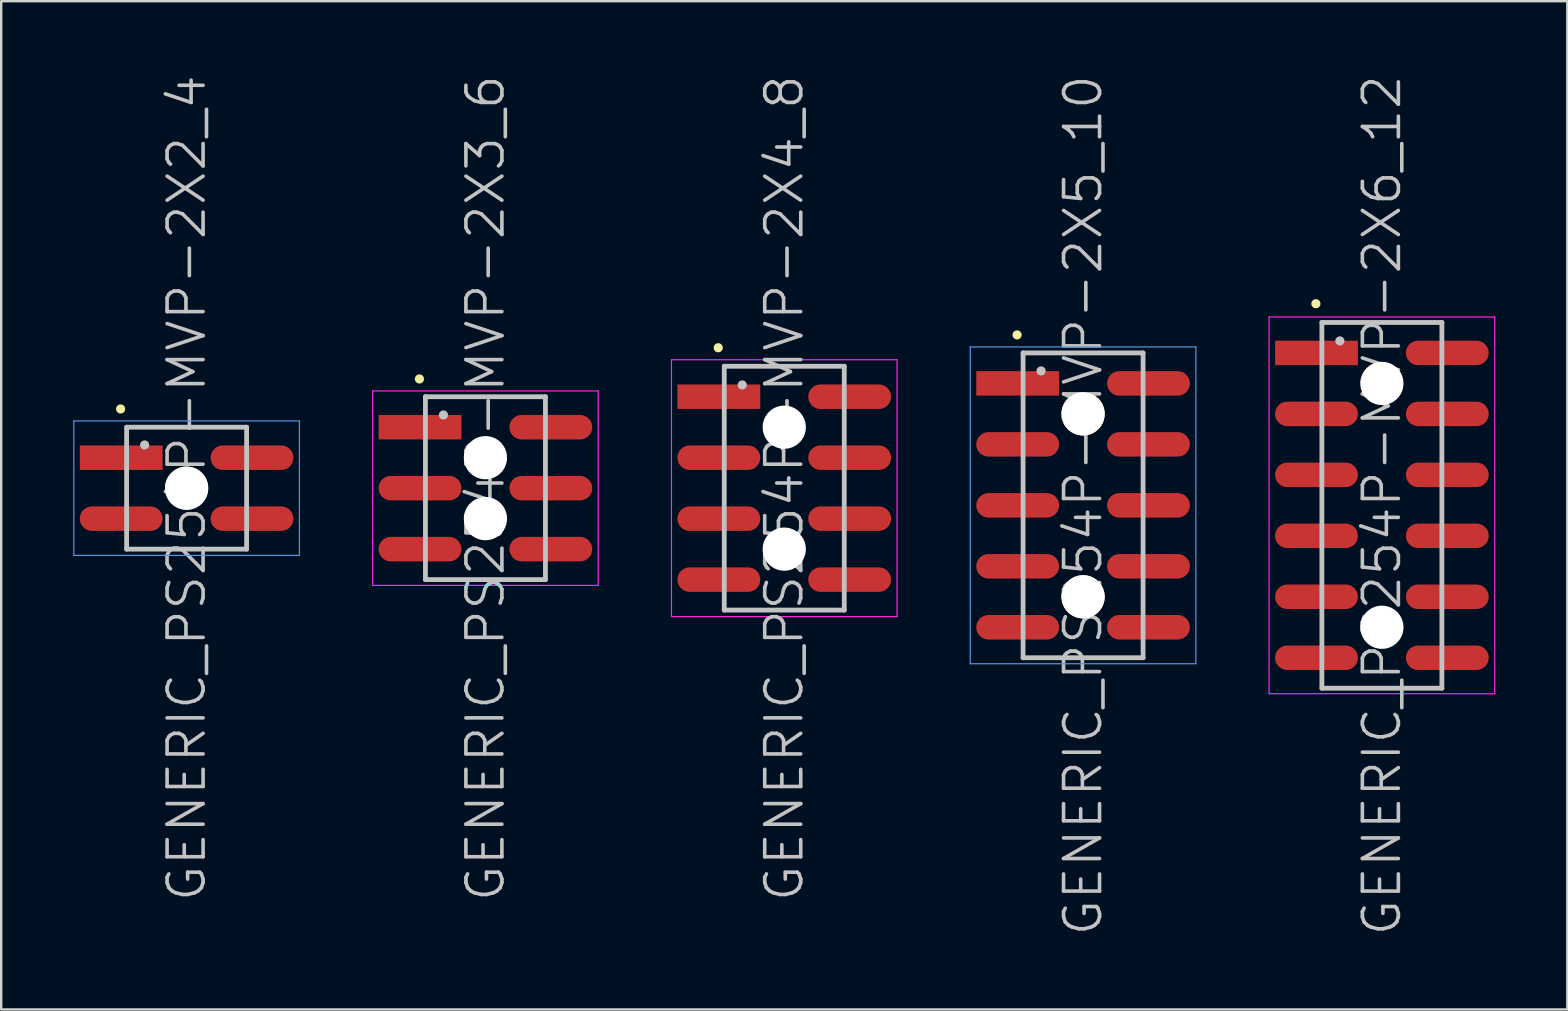
<source format=kicad_pcb>
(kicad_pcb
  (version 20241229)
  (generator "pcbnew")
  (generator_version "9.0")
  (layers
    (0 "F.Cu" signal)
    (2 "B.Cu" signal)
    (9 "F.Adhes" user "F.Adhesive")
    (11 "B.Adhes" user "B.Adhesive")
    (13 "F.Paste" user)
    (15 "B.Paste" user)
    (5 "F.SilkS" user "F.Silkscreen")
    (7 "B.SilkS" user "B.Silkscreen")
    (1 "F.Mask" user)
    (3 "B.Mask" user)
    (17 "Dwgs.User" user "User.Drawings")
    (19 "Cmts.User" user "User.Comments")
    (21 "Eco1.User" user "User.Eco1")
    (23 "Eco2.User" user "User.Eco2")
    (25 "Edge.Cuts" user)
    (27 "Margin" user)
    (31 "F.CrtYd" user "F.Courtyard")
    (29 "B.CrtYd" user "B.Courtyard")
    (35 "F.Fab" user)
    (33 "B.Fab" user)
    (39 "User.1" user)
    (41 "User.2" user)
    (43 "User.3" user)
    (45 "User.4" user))
  (footprint "GENERIC_PS254P-MVP-2X5_10"
    (layer "F.Cu")
    (at 42.075 18.004)
    (property "Reference" "GENERIC_PS254P-MVP-2X5_10" (at 0 0 90) (layer "Dwgs.User") (effects (font (size 1.5 1.5) (thickness 0.15))))
    (attr smd)
    (fp_line (start -2.75 -7.1) (end -2.75 -7.1) (stroke (width 0.381) (type solid)) (layer "F.SilkS"))
    (fp_line (start -2.5 -6.35) (end -2.5 6.35) (stroke (width 0.2) (type solid)) (layer "Dwgs.User"))
    (fp_line (start -2.5 -6.35) (end 2.5 -6.35) (stroke (width 0.2) (type solid)) (layer "Dwgs.User"))
    (fp_line (start -2.5 6.35) (end 2.5 6.35) (stroke (width 0.2) (type solid)) (layer "Dwgs.User"))
    (fp_line (start -1.75 -5.6) (end -1.75 -5.6) (stroke (width 0.381) (type solid)) (layer "Dwgs.User"))
    (fp_line (start 2.5 -6.35) (end 2.5 6.35) (stroke (width 0.2) (type solid)) (layer "Dwgs.User"))
    (fp_line (start -4.7 -6.6) (end -4.7 6.6) (stroke (width 0.05) (type solid)) (layer "Cmts.User"))
    (fp_line (start -4.7 -6.6) (end 4.7 -6.6) (stroke (width 0.05) (type solid)) (layer "Cmts.User"))
    (fp_line (start -4.7 6.6) (end 4.7 6.6) (stroke (width 0.05) (type solid)) (layer "Cmts.User"))
    (fp_line (start 4.7 -6.6) (end 4.7 6.6) (stroke (width 0.05) (type solid)) (layer "Cmts.User"))
    (pad "" np_thru_hole circle (at 0 -3.81 270) (size 1.8 1.8) (drill 1.8) (layers "*.Cu" "*.Mask" "F.SilkS"))
    (pad "" np_thru_hole circle (at 0 3.81 270) (size 1.8 1.8) (drill 1.8) (layers "*.Cu" "*.Mask" "F.SilkS"))
    (pad "1" smd rect (at -2.725 -5.08 270) (size 1.02 3.45) (layers "F.Cu" "F.Mask" "F.Paste"))
    (pad "2" smd oval (at 2.725 -5.08 270) (size 1.02 3.45) (layers "F.Cu" "F.Mask" "F.Paste"))
    (pad "3" smd oval (at -2.725 -2.54 270) (size 1.02 3.45) (layers "F.Cu" "F.Mask" "F.Paste"))
    (pad "4" smd oval (at 2.725 -2.54 270) (size 1.02 3.45) (layers "F.Cu" "F.Mask" "F.Paste"))
    (pad "5" smd oval (at -2.725 0 270) (size 1.02 3.45) (layers "F.Cu" "F.Mask" "F.Paste"))
    (pad "6" smd oval (at 2.725 0 270) (size 1.02 3.45) (layers "F.Cu" "F.Mask" "F.Paste"))
    (pad "7" smd oval (at -2.725 2.54 270) (size 1.02 3.45) (layers "F.Cu" "F.Mask" "F.Paste"))
    (pad "8" smd oval (at 2.725 2.54 270) (size 1.02 3.45) (layers "F.Cu" "F.Mask" "F.Paste"))
    (pad "9" smd oval (at -2.725 5.08 270) (size 1.02 3.45) (layers "F.Cu" "F.Mask" "F.Paste"))
    (pad "10" smd oval (at 2.725 5.08 270) (size 1.02 3.45) (layers "F.Cu" "F.Mask" "F.Paste")))
  (footprint "GENERIC_PS254P-MVP-2X6_12"
    (layer "F.Cu")
    (at 54.525 18.004)
    (property "Reference" "GENERIC_PS254P-MVP-2X6_12" (at 0 0 90) (layer "Dwgs.User") (effects (font (size 1.5 1.5) (thickness 0.15))))
    (attr smd)
    (fp_line (start -2.75 -8.4) (end -2.75 -8.4) (stroke (width 0.381) (type solid)) (layer "F.SilkS"))
    (fp_line (start -2.5 -7.62) (end -2.5 7.62) (stroke (width 0.2) (type solid)) (layer "Dwgs.User"))
    (fp_line (start -2.5 -7.62) (end 2.5 -7.62) (stroke (width 0.2) (type solid)) (layer "Dwgs.User"))
    (fp_line (start -2.5 7.62) (end 2.5 7.62) (stroke (width 0.2) (type solid)) (layer "Dwgs.User"))
    (fp_line (start -1.75 -6.85) (end -1.75 -6.85) (stroke (width 0.381) (type solid)) (layer "Dwgs.User"))
    (fp_line (start 2.5 -7.62) (end 2.5 7.62) (stroke (width 0.2) (type solid)) (layer "Dwgs.User"))
    (fp_line (start -4.7 -7.85) (end -4.7 7.85) (stroke (width 0.05) (type solid)) (layer "F.CrtYd"))
    (fp_line (start -4.7 -7.85) (end 4.7 -7.85) (stroke (width 0.05) (type solid)) (layer "F.CrtYd"))
    (fp_line (start -4.7 7.85) (end 4.7 7.85) (stroke (width 0.05) (type solid)) (layer "F.CrtYd"))
    (fp_line (start 4.7 -7.85) (end 4.7 7.85) (stroke (width 0.05) (type solid)) (layer "F.CrtYd"))
    (pad "" np_thru_hole circle (at 0 -5.08 270) (size 1.8 1.8) (drill 1.8) (layers "*.Cu" "*.Mask"))
    (pad "" np_thru_hole circle (at 0 5.08 270) (size 1.8 1.8) (drill 1.8) (layers "*.Cu" "*.Mask"))
    (pad "1" smd rect (at -2.725 -6.35 270) (size 1.02 3.45) (layers "F.Cu" "F.Mask" "F.Paste"))
    (pad "2" smd oval (at 2.725 -6.35 270) (size 1.02 3.45) (layers "F.Cu" "F.Mask" "F.Paste"))
    (pad "3" smd oval (at -2.725 -3.81 270) (size 1.02 3.45) (layers "F.Cu" "F.Mask" "F.Paste"))
    (pad "4" smd oval (at 2.725 -3.81 270) (size 1.02 3.45) (layers "F.Cu" "F.Mask" "F.Paste"))
    (pad "5" smd oval (at -2.725 -1.27 270) (size 1.02 3.45) (layers "F.Cu" "F.Mask" "F.Paste"))
    (pad "6" smd oval (at 2.725 -1.27 270) (size 1.02 3.45) (layers "F.Cu" "F.Mask" "F.Paste"))
    (pad "7" smd oval (at -2.725 1.27 270) (size 1.02 3.45) (layers "F.Cu" "F.Mask" "F.Paste"))
    (pad "8" smd oval (at 2.725 1.27 270) (size 1.02 3.45) (layers "F.Cu" "F.Mask" "F.Paste"))
    (pad "9" smd oval (at -2.725 3.81 270) (size 1.02 3.45) (layers "F.Cu" "F.Mask" "F.Paste"))
    (pad "10" smd oval (at 2.725 3.81 270) (size 1.02 3.45) (layers "F.Cu" "F.Mask" "F.Paste"))
    (pad "11" smd oval (at -2.725 6.35 270) (size 1.02 3.45) (layers "F.Cu" "F.Mask" "F.Paste"))
    (pad "12" smd oval (at 2.725 6.35 270) (size 1.02 3.45) (layers "F.Cu" "F.Mask" "F.Paste")))
  (footprint "GENERIC_PS254P-MVP-2X2_4"
    (layer "F.Cu")
    (at 4.725 17.289)
    (property "Reference" "GENERIC_PS254P-MVP-2X2_4" (at 0 0 90) (layer "Dwgs.User") (effects (font (size 1.5 1.5) (thickness 0.15))))
    (attr smd)
    (fp_line (start -2.75 -3.3) (end -2.75 -3.3) (stroke (width 0.381) (type solid)) (layer "F.SilkS"))
    (fp_line (start -2.5 -2.54) (end -2.5 2.54) (stroke (width 0.2) (type solid)) (layer "Dwgs.User"))
    (fp_line (start -2.5 -2.54) (end 2.5 -2.54) (stroke (width 0.2) (type solid)) (layer "Dwgs.User"))
    (fp_line (start -2.5 2.54) (end 2.5 2.54) (stroke (width 0.2) (type solid)) (layer "Dwgs.User"))
    (fp_line (start -1.75 -1.8) (end -1.75 -1.8) (stroke (width 0.381) (type solid)) (layer "Dwgs.User"))
    (fp_line (start 2.5 -2.54) (end 2.5 2.54) (stroke (width 0.2) (type solid)) (layer "Dwgs.User"))
    (fp_line (start -4.7 -2.8) (end -4.7 2.8) (stroke (width 0.05) (type solid)) (layer "Cmts.User"))
    (fp_line (start -4.7 -2.8) (end 4.7 -2.8) (stroke (width 0.05) (type solid)) (layer "Cmts.User"))
    (fp_line (start -4.7 2.8) (end 4.7 2.8) (stroke (width 0.05) (type solid)) (layer "Cmts.User"))
    (fp_line (start 4.7 -2.8) (end 4.7 2.8) (stroke (width 0.05) (type solid)) (layer "Cmts.User"))
    (pad "" np_thru_hole circle (at 0 0 270) (size 1.8 1.8) (drill 1.8) (layers "*.Cu" "*.Mask" "F.SilkS"))
    (pad "1" smd rect (at -2.725 -1.27 270) (size 1.02 3.45) (layers "F.Cu" "F.Mask" "F.Paste"))
    (pad "2" smd oval (at 2.725 -1.27 270) (size 1.02 3.45) (layers "F.Cu" "F.Mask" "F.Paste"))
    (pad "3" smd oval (at -2.725 1.27 270) (size 1.02 3.45) (layers "F.Cu" "F.Mask" "F.Paste"))
    (pad "4" smd oval (at 2.725 1.27 270) (size 1.02 3.45) (layers "F.Cu" "F.Mask" "F.Paste")))
  (footprint "GENERIC_PS254P-MVP-2X3_6"
    (layer "F.Cu")
    (at 17.175 17.289)
    (property "Reference" "GENERIC_PS254P-MVP-2X3_6" (at 0 0 90) (layer "Dwgs.User") (effects (font (size 1.5 1.5) (thickness 0.15))))
    (attr smd)
    (fp_line (start -2.75 -4.55) (end -2.75 -4.55) (stroke (width 0.381) (type solid)) (layer "F.SilkS"))
    (fp_line (start -2.5 -3.81) (end -2.5 3.81) (stroke (width 0.2) (type solid)) (layer "Dwgs.User"))
    (fp_line (start -2.5 -3.81) (end 2.5 -3.81) (stroke (width 0.2) (type solid)) (layer "Dwgs.User"))
    (fp_line (start -2.5 3.81) (end 2.5 3.81) (stroke (width 0.2) (type solid)) (layer "Dwgs.User"))
    (fp_line (start -1.75 -3.05) (end -1.75 -3.05) (stroke (width 0.381) (type solid)) (layer "Dwgs.User"))
    (fp_line (start 2.5 -3.81) (end 2.5 3.81) (stroke (width 0.2) (type solid)) (layer "Dwgs.User"))
    (fp_line (start -4.7 -4.05) (end -4.7 4.05) (stroke (width 0.05) (type solid)) (layer "F.CrtYd"))
    (fp_line (start -4.7 -4.05) (end 4.7 -4.05) (stroke (width 0.05) (type solid)) (layer "F.CrtYd"))
    (fp_line (start -4.7 4.05) (end 4.7 4.05) (stroke (width 0.05) (type solid)) (layer "F.CrtYd"))
    (fp_line (start 4.7 -4.05) (end 4.7 4.05) (stroke (width 0.05) (type solid)) (layer "F.CrtYd"))
    (pad "" np_thru_hole circle (at 0 -1.27 270) (size 1.8 1.8) (drill 1.8) (layers "*.Cu" "*.Mask"))
    (pad "" np_thru_hole circle (at 0 1.27 270) (size 1.8 1.8) (drill 1.8) (layers "*.Cu" "*.Mask"))
    (pad "1" smd rect (at -2.725 -2.54 270) (size 1.02 3.45) (layers "F.Cu" "F.Mask" "F.Paste"))
    (pad "2" smd oval (at 2.725 -2.54 270) (size 1.02 3.45) (layers "F.Cu" "F.Mask" "F.Paste"))
    (pad "3" smd oval (at -2.725 0 270) (size 1.02 3.45) (layers "F.Cu" "F.Mask" "F.Paste"))
    (pad "4" smd oval (at 2.725 0 270) (size 1.02 3.45) (layers "F.Cu" "F.Mask" "F.Paste"))
    (pad "5" smd oval (at -2.725 2.54 270) (size 1.02 3.45) (layers "F.Cu" "F.Mask" "F.Paste"))
    (pad "6" smd oval (at 2.725 2.54 270) (size 1.02 3.45) (layers "F.Cu" "F.Mask" "F.Paste")))
  (footprint "GENERIC_PS254P-MVP-2X4_8"
    (layer "F.Cu")
    (at 29.625 17.289)
    (property "Reference" "GENERIC_PS254P-MVP-2X4_8" (at 0 0 90) (layer "Dwgs.User") (effects (font (size 1.5 1.5) (thickness 0.15))))
    (attr smd)
    (fp_line (start -2.75 -5.85) (end -2.75 -5.85) (stroke (width 0.381) (type solid)) (layer "F.SilkS"))
    (fp_line (start -2.5 -5.08) (end -2.5 5.08) (stroke (width 0.2) (type solid)) (layer "Dwgs.User"))
    (fp_line (start -2.5 -5.08) (end 2.5 -5.08) (stroke (width 0.2) (type solid)) (layer "Dwgs.User"))
    (fp_line (start -2.5 5.08) (end 2.5 5.08) (stroke (width 0.2) (type solid)) (layer "Dwgs.User"))
    (fp_line (start -1.75 -4.3) (end -1.75 -4.3) (stroke (width 0.381) (type solid)) (layer "Dwgs.User"))
    (fp_line (start 2.5 -5.08) (end 2.5 5.08) (stroke (width 0.2) (type solid)) (layer "Dwgs.User"))
    (fp_line (start -4.7 -5.35) (end -4.7 5.35) (stroke (width 0.05) (type solid)) (layer "F.CrtYd"))
    (fp_line (start -4.7 -5.35) (end 4.7 -5.35) (stroke (width 0.05) (type solid)) (layer "F.CrtYd"))
    (fp_line (start -4.7 5.35) (end 4.7 5.35) (stroke (width 0.05) (type solid)) (layer "F.CrtYd"))
    (fp_line (start 4.7 -5.35) (end 4.7 5.35) (stroke (width 0.05) (type solid)) (layer "F.CrtYd"))
    (pad "" np_thru_hole circle (at 0 -2.54 270) (size 1.8 1.8) (drill 1.8) (layers "*.Cu" "*.Mask"))
    (pad "" np_thru_hole circle (at 0 2.54 270) (size 1.8 1.8) (drill 1.8) (layers "*.Cu" "*.Mask"))
    (pad "1" smd rect (at -2.725 -3.81 270) (size 1.02 3.45) (layers "F.Cu" "F.Mask" "F.Paste"))
    (pad "2" smd oval (at 2.725 -3.81 270) (size 1.02 3.45) (layers "F.Cu" "F.Mask" "F.Paste"))
    (pad "3" smd oval (at -2.725 -1.27 270) (size 1.02 3.45) (layers "F.Cu" "F.Mask" "F.Paste"))
    (pad "4" smd oval (at 2.725 -1.27 270) (size 1.02 3.45) (layers "F.Cu" "F.Mask" "F.Paste"))
    (pad "5" smd oval (at -2.725 1.27 270) (size 1.02 3.45) (layers "F.Cu" "F.Mask" "F.Paste"))
    (pad "6" smd oval (at 2.725 1.27 270) (size 1.02 3.45) (layers "F.Cu" "F.Mask" "F.Paste"))
    (pad "7" smd oval (at -2.725 3.81 270) (size 1.02 3.45) (layers "F.Cu" "F.Mask" "F.Paste"))
    (pad "8" smd oval (at 2.725 3.81 270) (size 1.02 3.45) (layers "F.Cu" "F.Mask" "F.Paste")))
  (gr_rect
    (start -3 -3)
    (end 62.25 39.007)
    (stroke (width 0.1) (type default))
    (fill no)
    (layer "Edge.Cuts")))
</source>
